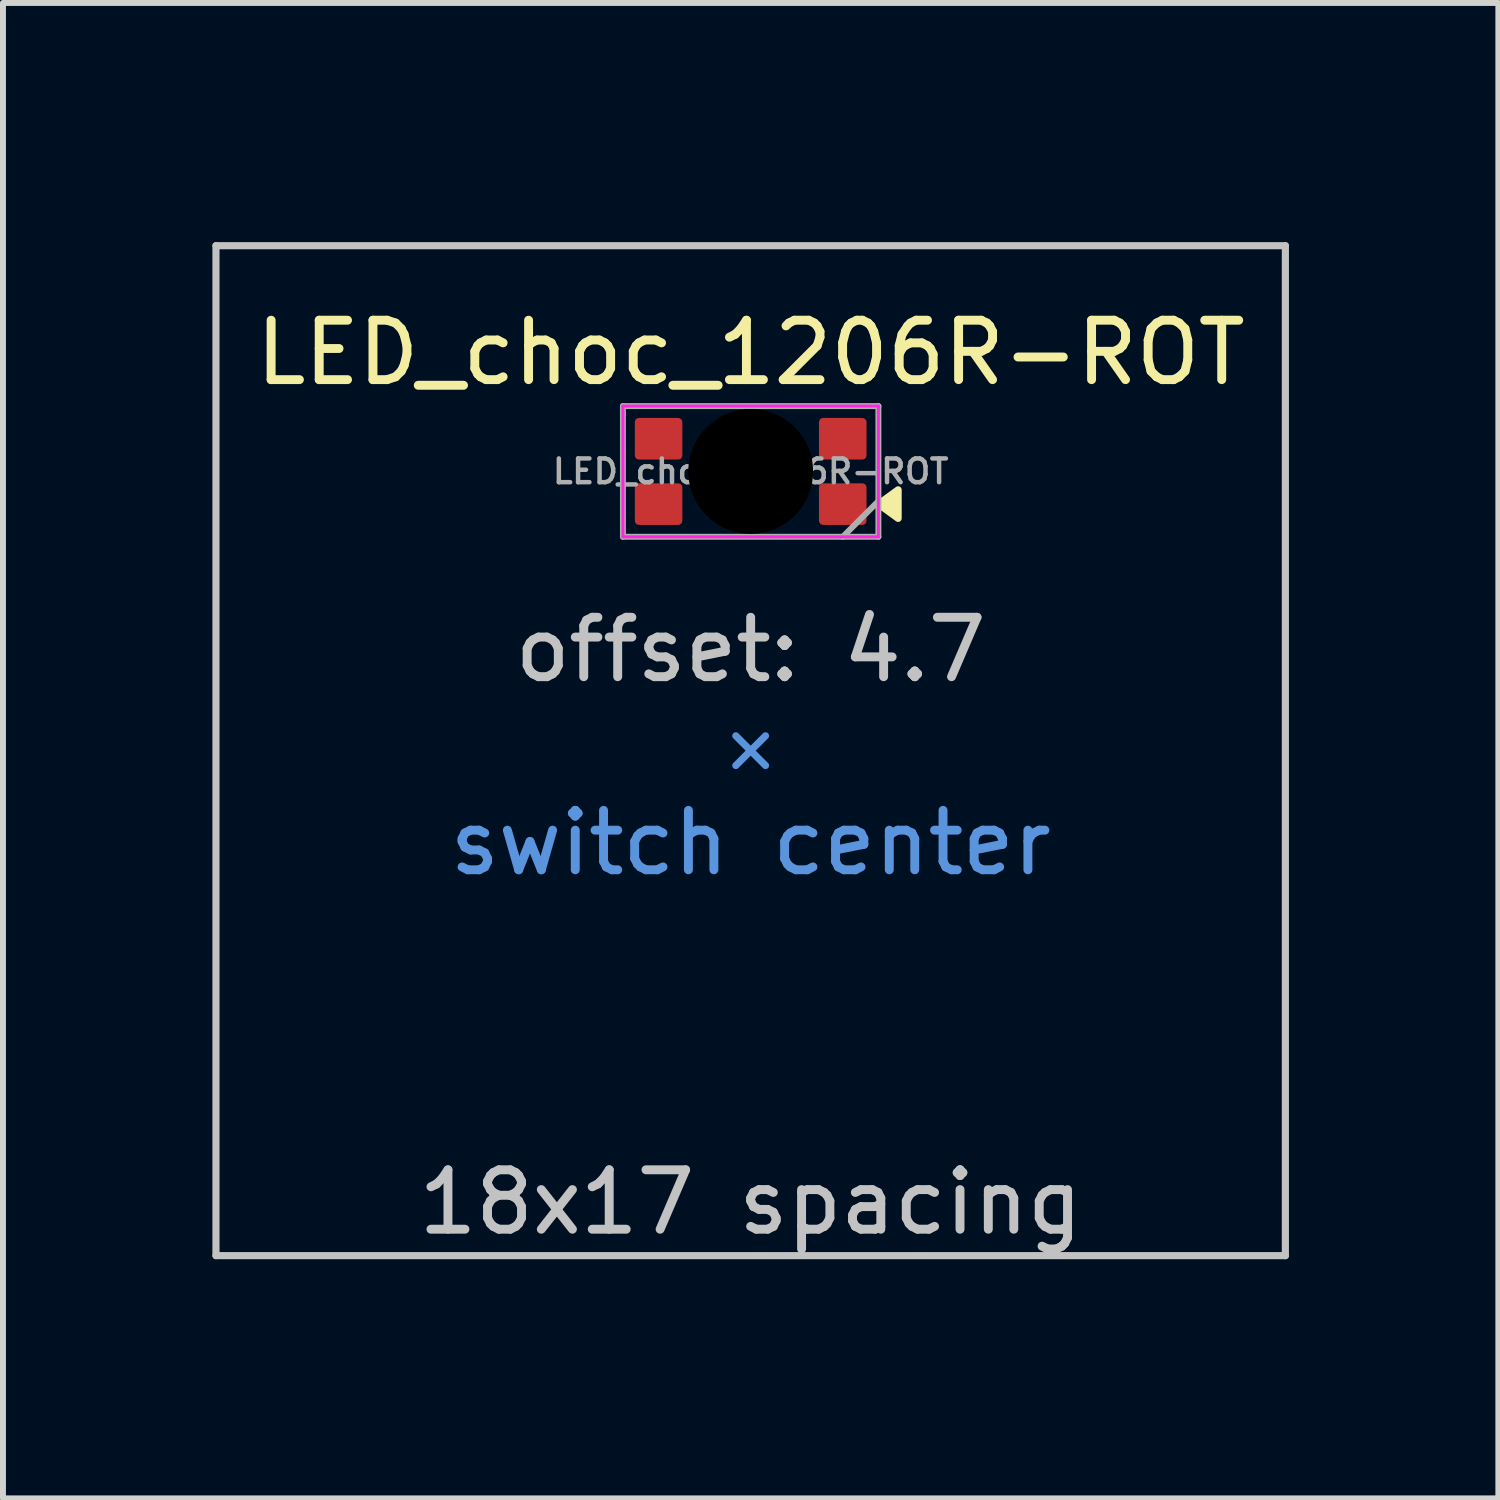
<source format=kicad_pcb>
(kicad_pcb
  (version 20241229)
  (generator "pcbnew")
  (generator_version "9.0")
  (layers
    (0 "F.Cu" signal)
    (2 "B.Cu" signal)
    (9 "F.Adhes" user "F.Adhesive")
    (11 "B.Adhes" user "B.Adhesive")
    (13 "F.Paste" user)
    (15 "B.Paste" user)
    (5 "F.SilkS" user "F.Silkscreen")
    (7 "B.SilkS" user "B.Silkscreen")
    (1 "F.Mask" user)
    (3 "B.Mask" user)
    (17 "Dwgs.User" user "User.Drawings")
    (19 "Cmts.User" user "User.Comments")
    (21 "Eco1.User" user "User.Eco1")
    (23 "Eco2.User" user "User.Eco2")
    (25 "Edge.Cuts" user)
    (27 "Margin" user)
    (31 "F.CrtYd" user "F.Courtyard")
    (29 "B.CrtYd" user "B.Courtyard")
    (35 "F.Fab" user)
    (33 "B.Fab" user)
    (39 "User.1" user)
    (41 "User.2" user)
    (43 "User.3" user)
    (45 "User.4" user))
  (footprint "LED_choc_1206R-ROT"
    (layer "F.Cu")
    (at 9.585 4.885)
    (property "Reference" "LED_choc_1206R-ROT" (at 0 -2 180) (layer "F.SilkS") (effects (font (size 1 1) (thickness 0.15))))
    (attr smd)
    (fp_poly (pts (xy 2.152 0.55) (xy 2.482 0.31) (xy 2.482 0.79) (xy 2.152 0.55)) (stroke (width 0.12) (type solid)) (fill yes) (layer "F.SilkS"))
    (fp_line (start -9 -3.8) (end -9 13.2) (stroke (width 0.12) (type solid)) (layer "Dwgs.User"))
    (fp_line (start -9 13.2) (end 9 13.2) (stroke (width 0.12) (type solid)) (layer "Dwgs.User"))
    (fp_line (start 9 -3.8) (end -9 -3.8) (stroke (width 0.12) (type solid)) (layer "Dwgs.User"))
    (fp_line (start 9 13.2) (end 9 -3.8) (stroke (width 0.12) (type solid)) (layer "Dwgs.User"))
    (fp_line (start -0.25 4.45) (end 0 4.7) (stroke (width 0.12) (type solid)) (layer "Cmts.User"))
    (fp_line (start 0 4.7) (end -0.25 4.95) (stroke (width 0.12) (type solid)) (layer "Cmts.User"))
    (fp_line (start 0 4.7) (end 0.25 4.95) (stroke (width 0.12) (type solid)) (layer "Cmts.User"))
    (fp_line (start 0.25 4.45) (end 0 4.7) (stroke (width 0.12) (type solid)) (layer "Cmts.User"))
    (fp_line (start -9.525 -4.825) (end 9.525 -4.825) (stroke (width 0.12) (type solid)) (layer "Eco1.User"))
    (fp_line (start -9.525 14.225) (end -9.525 -4.825) (stroke (width 0.12) (type solid)) (layer "Eco1.User"))
    (fp_line (start 9.525 -4.825) (end 9.525 14.225) (stroke (width 0.12) (type solid)) (layer "Eco1.User"))
    (fp_line (start 9.525 14.225) (end -9.525 14.225) (stroke (width 0.12) (type solid)) (layer "Eco1.User"))
    (fp_line (start -2.15 -1.1) (end 2.15 -1.1) (stroke (width 0.05) (type solid)) (layer "F.CrtYd"))
    (fp_line (start -2.15 1.1) (end -2.15 -1.1) (stroke (width 0.05) (type solid)) (layer "F.CrtYd"))
    (fp_line (start 2.15 -1.1) (end 2.15 1.1) (stroke (width 0.05) (type solid)) (layer "F.CrtYd"))
    (fp_line (start 2.15 1.1) (end -2.15 1.1) (stroke (width 0.05) (type solid)) (layer "F.CrtYd"))
    (fp_line (start -2.15 -1.1) (end 2.15 -1.1) (stroke (width 0.1) (type default)) (layer "F.Fab"))
    (fp_line (start -2.15 1.1) (end -2.15 -1.1) (stroke (width 0.1) (type default)) (layer "F.Fab"))
    (fp_line (start 2.15 -1.1) (end 2.15 1.1) (stroke (width 0.1) (type default)) (layer "F.Fab"))
    (fp_line (start 2.15 0.5) (end 1.55 1.1) (stroke (width 0.1) (type default)) (layer "F.Fab"))
    (fp_line (start 2.15 1.1) (end -2.15 1.1) (stroke (width 0.1) (type default)) (layer "F.Fab"))
    (fp_text user "offset: 4.7" (at 0 3 180) (layer "Dwgs.User") (effects (font (size 1 1) (thickness 0.15))))
    (fp_text user "18x17 spacing" (at 0 12.3 180) (layer "Dwgs.User") (effects (font (size 1 1) (thickness 0.15))))
    (fp_text user "switch center" (at 0 6.25 180) (layer "Cmts.User") (effects (font (size 1 1) (thickness 0.15))))
    (fp_text user "19.05 spacing" (at 0 13.4 180) (layer "Eco1.User") (effects (font (size 1 1) (thickness 0.15))))
    (fp_text user "${REFERENCE}" (at 0 0 180) (layer "F.Fab") (effects (font (size 0.4 0.4) (thickness 0.075) (bold yes))))
    (pad "" np_thru_hole circle (at 0 0 90) (size 2.1 2.1) (drill 2.1) (layers "*.Mask"))
    (pad "1" smd roundrect (at 1.55 0.55 90) (size 0.7 0.8) (layers "F.Cu" "F.Mask" "F.Paste") (roundrect_rratio 0.1))
    (pad "2" smd roundrect (at 1.55 -0.55 90) (size 0.7 0.8) (layers "F.Cu" "F.Mask" "F.Paste") (roundrect_rratio 0.1))
    (pad "3" smd roundrect (at -1.55 -0.55 90) (size 0.7 0.8) (layers "F.Cu" "F.Mask" "F.Paste") (roundrect_rratio 0.1))
    (pad "4" smd roundrect (at -1.55 0.55 90) (size 0.7 0.8) (layers "F.Cu" "F.Mask" "F.Paste") (roundrect_rratio 0.1)))
  (gr_rect
    (start -3 -3)
    (end 22.17 22.17)
    (stroke (width 0.1) (type default))
    (fill no)
    (layer "Edge.Cuts")))
</source>
